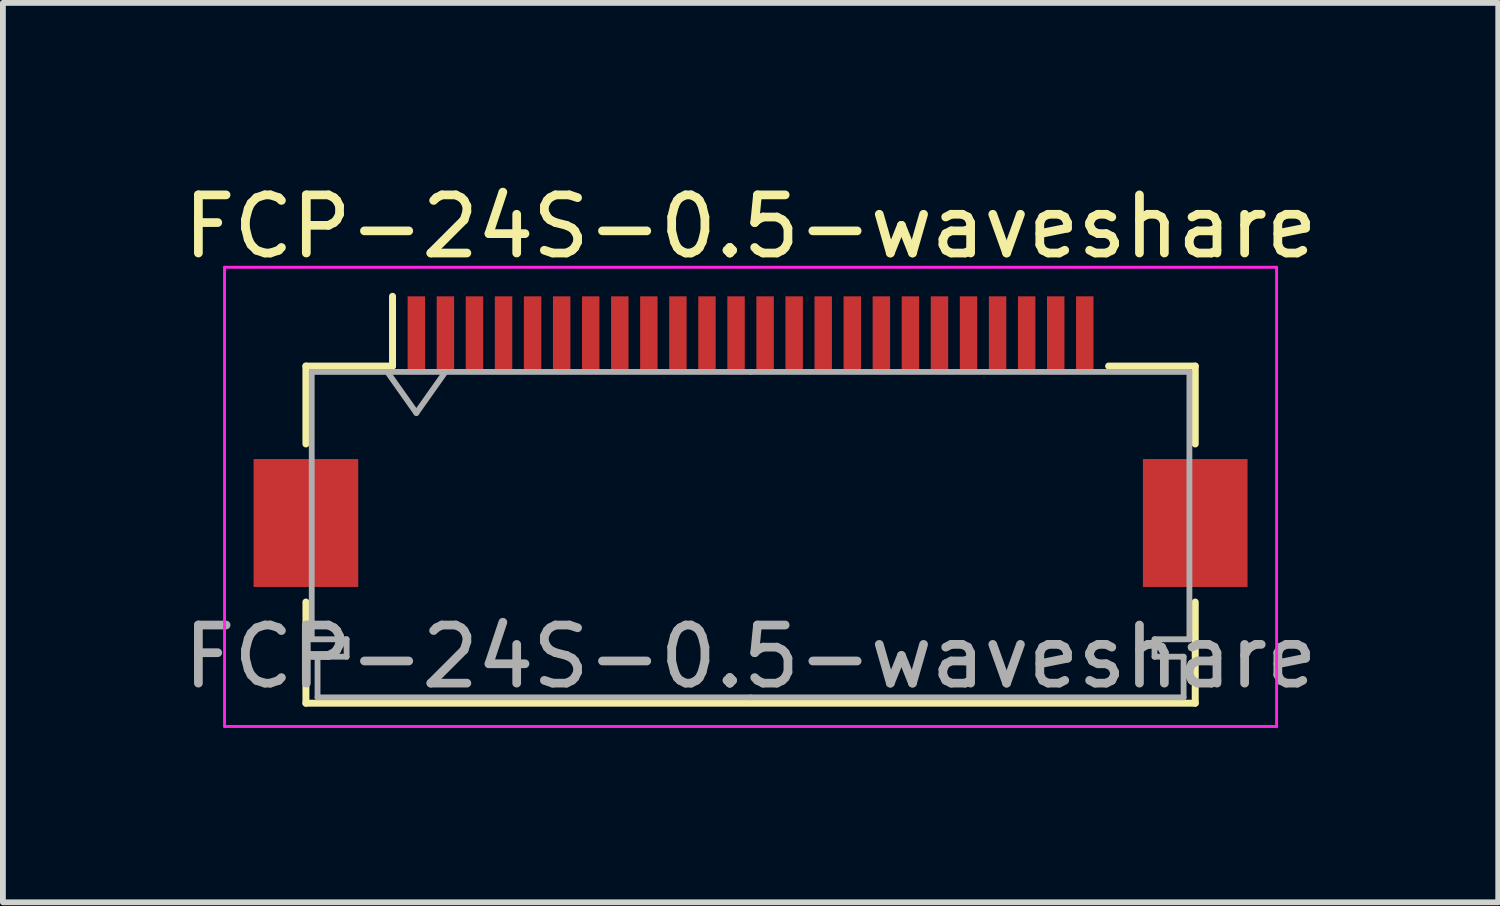
<source format=kicad_pcb>
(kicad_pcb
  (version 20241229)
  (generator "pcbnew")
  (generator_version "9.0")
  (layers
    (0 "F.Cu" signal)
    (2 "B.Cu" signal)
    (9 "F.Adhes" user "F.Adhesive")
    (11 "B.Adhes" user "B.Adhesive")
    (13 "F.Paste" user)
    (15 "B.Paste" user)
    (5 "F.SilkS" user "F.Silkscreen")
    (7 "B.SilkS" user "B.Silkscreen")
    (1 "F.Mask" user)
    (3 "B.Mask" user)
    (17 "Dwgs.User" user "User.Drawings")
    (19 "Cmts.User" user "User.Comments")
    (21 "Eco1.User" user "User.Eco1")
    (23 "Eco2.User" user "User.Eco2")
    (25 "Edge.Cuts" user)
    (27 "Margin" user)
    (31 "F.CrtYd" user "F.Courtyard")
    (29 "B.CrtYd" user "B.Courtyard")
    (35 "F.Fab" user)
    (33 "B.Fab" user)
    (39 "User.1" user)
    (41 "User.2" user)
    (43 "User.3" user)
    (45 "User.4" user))
  (footprint "FCP-24S-0.5-waveshare"
    (layer "F.Cu")
    (at 9.863 4.548)
    (property "Reference" "FCP-24S-0.5-waveshare" (at 0 -3.7 0) (layer "F.SilkS") (effects (font (size 1 1) (thickness 0.15))))
    (attr smd)
    (fp_line (start -7.65 -1.3) (end -7.65 0.04) (stroke (width 0.12) (type solid)) (layer "F.SilkS"))
    (fp_line (start -7.65 2.76) (end -7.65 4.5) (stroke (width 0.12) (type solid)) (layer "F.SilkS"))
    (fp_line (start -7.65 4.5) (end 7.65 4.5) (stroke (width 0.12) (type solid)) (layer "F.SilkS"))
    (fp_line (start -6.16 -1.3) (end -7.65 -1.3) (stroke (width 0.12) (type solid)) (layer "F.SilkS"))
    (fp_line (start -6.16 -1.3) (end -6.16 -2.5) (stroke (width 0.12) (type solid)) (layer "F.SilkS"))
    (fp_line (start 6.16 -1.3) (end 7.65 -1.3) (stroke (width 0.12) (type solid)) (layer "F.SilkS"))
    (fp_line (start 7.65 -1.3) (end 7.65 0.04) (stroke (width 0.12) (type solid)) (layer "F.SilkS"))
    (fp_line (start 7.65 4.5) (end 7.65 2.76) (stroke (width 0.12) (type solid)) (layer "F.SilkS"))
    (fp_line (start -9.05 -3) (end -9.05 4.9) (stroke (width 0.05) (type solid)) (layer "F.CrtYd"))
    (fp_line (start -9.05 4.9) (end 9.05 4.9) (stroke (width 0.05) (type solid)) (layer "F.CrtYd"))
    (fp_line (start 9.05 -3) (end -9.05 -3) (stroke (width 0.05) (type solid)) (layer "F.CrtYd"))
    (fp_line (start 9.05 4.9) (end 9.05 -3) (stroke (width 0.05) (type solid)) (layer "F.CrtYd"))
    (fp_line (start -7.55 -1.2) (end -7.55 3.4) (stroke (width 0.1) (type solid)) (layer "F.Fab"))
    (fp_line (start -7.55 3.4) (end -6.95 3.4) (stroke (width 0.1) (type solid)) (layer "F.Fab"))
    (fp_line (start -7.45 3.7) (end -7.45 4.4) (stroke (width 0.1) (type solid)) (layer "F.Fab"))
    (fp_line (start -7.45 4.4) (end 0 4.4) (stroke (width 0.1) (type solid)) (layer "F.Fab"))
    (fp_line (start -6.95 3.4) (end -6.95 3.7) (stroke (width 0.1) (type solid)) (layer "F.Fab"))
    (fp_line (start -6.95 3.7) (end -7.45 3.7) (stroke (width 0.1) (type solid)) (layer "F.Fab"))
    (fp_line (start -6.25 -1.2) (end -5.75 -0.493) (stroke (width 0.1) (type solid)) (layer "F.Fab"))
    (fp_line (start -5.75 -0.493) (end -5.25 -1.2) (stroke (width 0.1) (type solid)) (layer "F.Fab"))
    (fp_line (start 0 -1.2) (end -7.55 -1.2) (stroke (width 0.1) (type solid)) (layer "F.Fab"))
    (fp_line (start 0 -1.2) (end 7.55 -1.2) (stroke (width 0.1) (type solid)) (layer "F.Fab"))
    (fp_line (start 6.95 3.4) (end 6.95 3.7) (stroke (width 0.1) (type solid)) (layer "F.Fab"))
    (fp_line (start 6.95 3.7) (end 7.45 3.7) (stroke (width 0.1) (type solid)) (layer "F.Fab"))
    (fp_line (start 7.45 3.7) (end 7.45 4.4) (stroke (width 0.1) (type solid)) (layer "F.Fab"))
    (fp_line (start 7.45 4.4) (end 0 4.4) (stroke (width 0.1) (type solid)) (layer "F.Fab"))
    (fp_line (start 7.55 -1.2) (end 7.55 3.4) (stroke (width 0.1) (type solid)) (layer "F.Fab"))
    (fp_line (start 7.55 3.4) (end 6.95 3.4) (stroke (width 0.1) (type solid)) (layer "F.Fab"))
    (fp_text user "${REFERENCE}" (at 0 3.7 0) (layer "F.Fab") (effects (font (size 1 1) (thickness 0.15))))
    (pad "1" smd rect (at -5.75 -1.85) (size 0.3 1.3) (layers "F.Cu" "F.Mask" "F.Paste"))
    (pad "2" smd rect (at -5.25 -1.85) (size 0.3 1.3) (layers "F.Cu" "F.Mask" "F.Paste"))
    (pad "3" smd rect (at -4.75 -1.85) (size 0.3 1.3) (layers "F.Cu" "F.Mask" "F.Paste"))
    (pad "4" smd rect (at -4.25 -1.85) (size 0.3 1.3) (layers "F.Cu" "F.Mask" "F.Paste"))
    (pad "5" smd rect (at -3.75 -1.85) (size 0.3 1.3) (layers "F.Cu" "F.Mask" "F.Paste"))
    (pad "6" smd rect (at -3.25 -1.85) (size 0.3 1.3) (layers "F.Cu" "F.Mask" "F.Paste"))
    (pad "7" smd rect (at -2.75 -1.85) (size 0.3 1.3) (layers "F.Cu" "F.Mask" "F.Paste"))
    (pad "8" smd rect (at -2.25 -1.85) (size 0.3 1.3) (layers "F.Cu" "F.Mask" "F.Paste"))
    (pad "9" smd rect (at -1.75 -1.85) (size 0.3 1.3) (layers "F.Cu" "F.Mask" "F.Paste"))
    (pad "10" smd rect (at -1.25 -1.85) (size 0.3 1.3) (layers "F.Cu" "F.Mask" "F.Paste"))
    (pad "11" smd rect (at -0.75 -1.85) (size 0.3 1.3) (layers "F.Cu" "F.Mask" "F.Paste"))
    (pad "12" smd rect (at -0.25 -1.85) (size 0.3 1.3) (layers "F.Cu" "F.Mask" "F.Paste"))
    (pad "13" smd rect (at 0.25 -1.85) (size 0.3 1.3) (layers "F.Cu" "F.Mask" "F.Paste"))
    (pad "14" smd rect (at 0.75 -1.85) (size 0.3 1.3) (layers "F.Cu" "F.Mask" "F.Paste"))
    (pad "15" smd rect (at 1.25 -1.85) (size 0.3 1.3) (layers "F.Cu" "F.Mask" "F.Paste"))
    (pad "16" smd rect (at 1.75 -1.85) (size 0.3 1.3) (layers "F.Cu" "F.Mask" "F.Paste"))
    (pad "17" smd rect (at 2.25 -1.85) (size 0.3 1.3) (layers "F.Cu" "F.Mask" "F.Paste"))
    (pad "18" smd rect (at 2.75 -1.85) (size 0.3 1.3) (layers "F.Cu" "F.Mask" "F.Paste"))
    (pad "19" smd rect (at 3.25 -1.85) (size 0.3 1.3) (layers "F.Cu" "F.Mask" "F.Paste"))
    (pad "20" smd rect (at 3.75 -1.85) (size 0.3 1.3) (layers "F.Cu" "F.Mask" "F.Paste"))
    (pad "21" smd rect (at 4.25 -1.85) (size 0.3 1.3) (layers "F.Cu" "F.Mask" "F.Paste"))
    (pad "22" smd rect (at 4.75 -1.85) (size 0.3 1.3) (layers "F.Cu" "F.Mask" "F.Paste"))
    (pad "23" smd rect (at 5.25 -1.85) (size 0.3 1.3) (layers "F.Cu" "F.Mask" "F.Paste"))
    (pad "24" smd rect (at 5.75 -1.85) (size 0.3 1.3) (layers "F.Cu" "F.Mask" "F.Paste"))
    (pad "MP" smd rect (at -7.65 1.4) (size 1.8 2.2) (layers "F.Cu" "F.Mask" "F.Paste"))
    (pad "MP" smd rect (at 7.65 1.4) (size 1.8 2.2) (layers "F.Cu" "F.Mask" "F.Paste")))
  (gr_rect
    (start -3 -3)
    (end 22.726 12.473)
    (stroke (width 0.1) (type default))
    (fill no)
    (layer "Edge.Cuts")))
</source>
